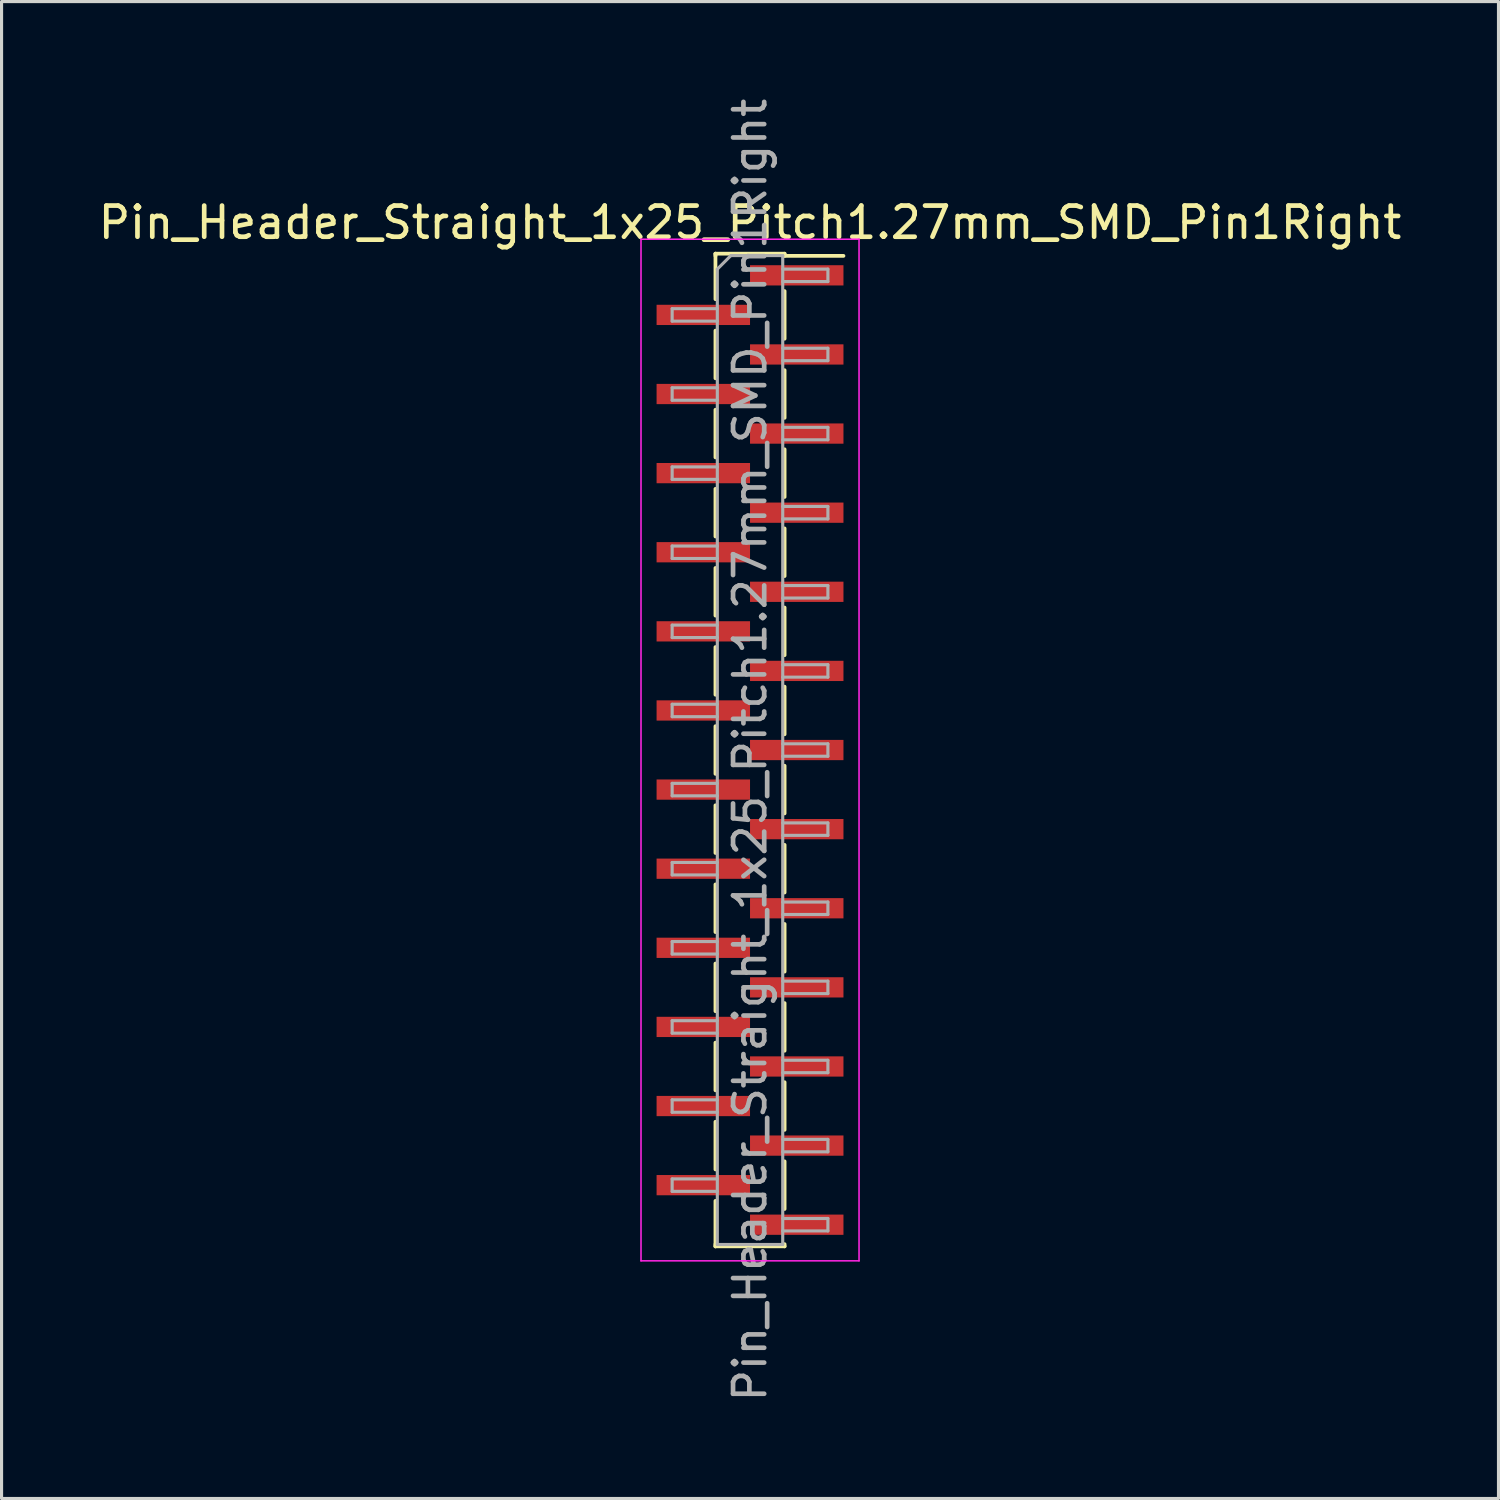
<source format=kicad_pcb>
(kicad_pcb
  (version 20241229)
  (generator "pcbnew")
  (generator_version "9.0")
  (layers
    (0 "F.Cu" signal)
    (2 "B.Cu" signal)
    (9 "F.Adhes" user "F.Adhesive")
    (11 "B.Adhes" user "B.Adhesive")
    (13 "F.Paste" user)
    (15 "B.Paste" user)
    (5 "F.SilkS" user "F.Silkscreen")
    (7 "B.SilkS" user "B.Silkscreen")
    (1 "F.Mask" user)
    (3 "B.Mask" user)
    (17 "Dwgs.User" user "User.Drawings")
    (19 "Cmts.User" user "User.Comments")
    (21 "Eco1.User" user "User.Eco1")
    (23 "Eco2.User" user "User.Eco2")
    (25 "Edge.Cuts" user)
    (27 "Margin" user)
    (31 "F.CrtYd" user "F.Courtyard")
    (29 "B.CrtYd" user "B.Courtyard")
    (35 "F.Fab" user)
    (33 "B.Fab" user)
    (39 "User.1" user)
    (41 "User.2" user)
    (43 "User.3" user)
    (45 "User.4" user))
  (footprint "Pin_Header_Straight_1x25_Pitch1.27mm_SMD_Pin1Right"
    (layer "F.Cu")
    (at 21.03 21.03)
    (property "Reference" "Pin_Header_Straight_1x25_Pitch1.27mm_SMD_Pin1Right" (at 0 -16.935 0) (layer "F.SilkS") (effects (font (size 1 1) (thickness 0.15))))
    (attr smd)
    (fp_line (start -1.11 -15.935) (end -1.11 -14.475) (stroke (width 0.12) (type solid)) (layer "F.SilkS"))
    (fp_line (start -1.11 -15.935) (end 1.11 -15.935) (stroke (width 0.12) (type solid)) (layer "F.SilkS"))
    (fp_line (start -1.11 -15.865) (end -1.11 -15.935) (stroke (width 0.12) (type solid)) (layer "F.SilkS"))
    (fp_line (start -1.11 -13.465) (end -1.11 -11.935) (stroke (width 0.12) (type solid)) (layer "F.SilkS"))
    (fp_line (start -1.11 -10.925) (end -1.11 -9.395) (stroke (width 0.12) (type solid)) (layer "F.SilkS"))
    (fp_line (start -1.11 -8.385) (end -1.11 -6.855) (stroke (width 0.12) (type solid)) (layer "F.SilkS"))
    (fp_line (start -1.11 -5.845) (end -1.11 -4.315) (stroke (width 0.12) (type solid)) (layer "F.SilkS"))
    (fp_line (start -1.11 -3.305) (end -1.11 -1.775) (stroke (width 0.12) (type solid)) (layer "F.SilkS"))
    (fp_line (start -1.11 -0.765) (end -1.11 0.765) (stroke (width 0.12) (type solid)) (layer "F.SilkS"))
    (fp_line (start -1.11 1.775) (end -1.11 3.305) (stroke (width 0.12) (type solid)) (layer "F.SilkS"))
    (fp_line (start -1.11 4.315) (end -1.11 5.845) (stroke (width 0.12) (type solid)) (layer "F.SilkS"))
    (fp_line (start -1.11 6.855) (end -1.11 8.385) (stroke (width 0.12) (type solid)) (layer "F.SilkS"))
    (fp_line (start -1.11 9.395) (end -1.11 10.925) (stroke (width 0.12) (type solid)) (layer "F.SilkS"))
    (fp_line (start -1.11 11.935) (end -1.11 13.465) (stroke (width 0.12) (type solid)) (layer "F.SilkS"))
    (fp_line (start -1.11 14.475) (end -1.11 15.935) (stroke (width 0.12) (type solid)) (layer "F.SilkS"))
    (fp_line (start -1.11 15.865) (end -1.11 15.935) (stroke (width 0.12) (type solid)) (layer "F.SilkS"))
    (fp_line (start -1.11 15.935) (end 1.11 15.935) (stroke (width 0.12) (type solid)) (layer "F.SilkS"))
    (fp_line (start 1.11 -15.935) (end 1.11 -15.865) (stroke (width 0.12) (type solid)) (layer "F.SilkS"))
    (fp_line (start 1.11 -15.865) (end 3 -15.865) (stroke (width 0.12) (type solid)) (layer "F.SilkS"))
    (fp_line (start 1.11 -14.735) (end 1.11 -13.205) (stroke (width 0.12) (type solid)) (layer "F.SilkS"))
    (fp_line (start 1.11 -12.195) (end 1.11 -10.665) (stroke (width 0.12) (type solid)) (layer "F.SilkS"))
    (fp_line (start 1.11 -9.655) (end 1.11 -8.125) (stroke (width 0.12) (type solid)) (layer "F.SilkS"))
    (fp_line (start 1.11 -7.115) (end 1.11 -5.585) (stroke (width 0.12) (type solid)) (layer "F.SilkS"))
    (fp_line (start 1.11 -4.575) (end 1.11 -3.045) (stroke (width 0.12) (type solid)) (layer "F.SilkS"))
    (fp_line (start 1.11 -2.035) (end 1.11 -0.505) (stroke (width 0.12) (type solid)) (layer "F.SilkS"))
    (fp_line (start 1.11 0.505) (end 1.11 2.035) (stroke (width 0.12) (type solid)) (layer "F.SilkS"))
    (fp_line (start 1.11 3.045) (end 1.11 4.575) (stroke (width 0.12) (type solid)) (layer "F.SilkS"))
    (fp_line (start 1.11 5.585) (end 1.11 7.115) (stroke (width 0.12) (type solid)) (layer "F.SilkS"))
    (fp_line (start 1.11 8.125) (end 1.11 9.655) (stroke (width 0.12) (type solid)) (layer "F.SilkS"))
    (fp_line (start 1.11 10.665) (end 1.11 12.195) (stroke (width 0.12) (type solid)) (layer "F.SilkS"))
    (fp_line (start 1.11 13.205) (end 1.11 14.735) (stroke (width 0.12) (type solid)) (layer "F.SilkS"))
    (fp_line (start 1.11 15.935) (end 1.11 15.865) (stroke (width 0.12) (type solid)) (layer "F.SilkS"))
    (fp_line (start -3.5 -16.4) (end -3.5 16.4) (stroke (width 0.05) (type solid)) (layer "F.CrtYd"))
    (fp_line (start -3.5 16.4) (end 3.5 16.4) (stroke (width 0.05) (type solid)) (layer "F.CrtYd"))
    (fp_line (start 3.5 -16.4) (end -3.5 -16.4) (stroke (width 0.05) (type solid)) (layer "F.CrtYd"))
    (fp_line (start 3.5 16.4) (end 3.5 -16.4) (stroke (width 0.05) (type solid)) (layer "F.CrtYd"))
    (fp_line (start -2.5 -14.17) (end -2.5 -13.77) (stroke (width 0.1) (type solid)) (layer "F.Fab"))
    (fp_line (start -2.5 -13.77) (end -1.05 -13.77) (stroke (width 0.1) (type solid)) (layer "F.Fab"))
    (fp_line (start -2.5 -11.63) (end -2.5 -11.23) (stroke (width 0.1) (type solid)) (layer "F.Fab"))
    (fp_line (start -2.5 -11.23) (end -1.05 -11.23) (stroke (width 0.1) (type solid)) (layer "F.Fab"))
    (fp_line (start -2.5 -9.09) (end -2.5 -8.69) (stroke (width 0.1) (type solid)) (layer "F.Fab"))
    (fp_line (start -2.5 -8.69) (end -1.05 -8.69) (stroke (width 0.1) (type solid)) (layer "F.Fab"))
    (fp_line (start -2.5 -6.55) (end -2.5 -6.15) (stroke (width 0.1) (type solid)) (layer "F.Fab"))
    (fp_line (start -2.5 -6.15) (end -1.05 -6.15) (stroke (width 0.1) (type solid)) (layer "F.Fab"))
    (fp_line (start -2.5 -4.01) (end -2.5 -3.61) (stroke (width 0.1) (type solid)) (layer "F.Fab"))
    (fp_line (start -2.5 -3.61) (end -1.05 -3.61) (stroke (width 0.1) (type solid)) (layer "F.Fab"))
    (fp_line (start -2.5 -1.47) (end -2.5 -1.07) (stroke (width 0.1) (type solid)) (layer "F.Fab"))
    (fp_line (start -2.5 -1.07) (end -1.05 -1.07) (stroke (width 0.1) (type solid)) (layer "F.Fab"))
    (fp_line (start -2.5 1.07) (end -2.5 1.47) (stroke (width 0.1) (type solid)) (layer "F.Fab"))
    (fp_line (start -2.5 1.47) (end -1.05 1.47) (stroke (width 0.1) (type solid)) (layer "F.Fab"))
    (fp_line (start -2.5 3.61) (end -2.5 4.01) (stroke (width 0.1) (type solid)) (layer "F.Fab"))
    (fp_line (start -2.5 4.01) (end -1.05 4.01) (stroke (width 0.1) (type solid)) (layer "F.Fab"))
    (fp_line (start -2.5 6.15) (end -2.5 6.55) (stroke (width 0.1) (type solid)) (layer "F.Fab"))
    (fp_line (start -2.5 6.55) (end -1.05 6.55) (stroke (width 0.1) (type solid)) (layer "F.Fab"))
    (fp_line (start -2.5 8.69) (end -2.5 9.09) (stroke (width 0.1) (type solid)) (layer "F.Fab"))
    (fp_line (start -2.5 9.09) (end -1.05 9.09) (stroke (width 0.1) (type solid)) (layer "F.Fab"))
    (fp_line (start -2.5 11.23) (end -2.5 11.63) (stroke (width 0.1) (type solid)) (layer "F.Fab"))
    (fp_line (start -2.5 11.63) (end -1.05 11.63) (stroke (width 0.1) (type solid)) (layer "F.Fab"))
    (fp_line (start -2.5 13.77) (end -2.5 14.17) (stroke (width 0.1) (type solid)) (layer "F.Fab"))
    (fp_line (start -2.5 14.17) (end -1.05 14.17) (stroke (width 0.1) (type solid)) (layer "F.Fab"))
    (fp_line (start -1.05 -15.44) (end -0.615 -15.875) (stroke (width 0.1) (type solid)) (layer "F.Fab"))
    (fp_line (start -1.05 -14.17) (end -2.5 -14.17) (stroke (width 0.1) (type solid)) (layer "F.Fab"))
    (fp_line (start -1.05 -11.63) (end -2.5 -11.63) (stroke (width 0.1) (type solid)) (layer "F.Fab"))
    (fp_line (start -1.05 -9.09) (end -2.5 -9.09) (stroke (width 0.1) (type solid)) (layer "F.Fab"))
    (fp_line (start -1.05 -6.55) (end -2.5 -6.55) (stroke (width 0.1) (type solid)) (layer "F.Fab"))
    (fp_line (start -1.05 -4.01) (end -2.5 -4.01) (stroke (width 0.1) (type solid)) (layer "F.Fab"))
    (fp_line (start -1.05 -1.47) (end -2.5 -1.47) (stroke (width 0.1) (type solid)) (layer "F.Fab"))
    (fp_line (start -1.05 1.07) (end -2.5 1.07) (stroke (width 0.1) (type solid)) (layer "F.Fab"))
    (fp_line (start -1.05 3.61) (end -2.5 3.61) (stroke (width 0.1) (type solid)) (layer "F.Fab"))
    (fp_line (start -1.05 6.15) (end -2.5 6.15) (stroke (width 0.1) (type solid)) (layer "F.Fab"))
    (fp_line (start -1.05 8.69) (end -2.5 8.69) (stroke (width 0.1) (type solid)) (layer "F.Fab"))
    (fp_line (start -1.05 11.23) (end -2.5 11.23) (stroke (width 0.1) (type solid)) (layer "F.Fab"))
    (fp_line (start -1.05 13.77) (end -2.5 13.77) (stroke (width 0.1) (type solid)) (layer "F.Fab"))
    (fp_line (start -1.05 15.875) (end -1.05 -15.44) (stroke (width 0.1) (type solid)) (layer "F.Fab"))
    (fp_line (start -0.615 -15.875) (end 1.05 -15.875) (stroke (width 0.1) (type solid)) (layer "F.Fab"))
    (fp_line (start 1.05 -15.875) (end 1.05 15.875) (stroke (width 0.1) (type solid)) (layer "F.Fab"))
    (fp_line (start 1.05 -15.44) (end 2.5 -15.44) (stroke (width 0.1) (type solid)) (layer "F.Fab"))
    (fp_line (start 1.05 -12.9) (end 2.5 -12.9) (stroke (width 0.1) (type solid)) (layer "F.Fab"))
    (fp_line (start 1.05 -10.36) (end 2.5 -10.36) (stroke (width 0.1) (type solid)) (layer "F.Fab"))
    (fp_line (start 1.05 -7.82) (end 2.5 -7.82) (stroke (width 0.1) (type solid)) (layer "F.Fab"))
    (fp_line (start 1.05 -5.28) (end 2.5 -5.28) (stroke (width 0.1) (type solid)) (layer "F.Fab"))
    (fp_line (start 1.05 -2.74) (end 2.5 -2.74) (stroke (width 0.1) (type solid)) (layer "F.Fab"))
    (fp_line (start 1.05 -0.2) (end 2.5 -0.2) (stroke (width 0.1) (type solid)) (layer "F.Fab"))
    (fp_line (start 1.05 2.34) (end 2.5 2.34) (stroke (width 0.1) (type solid)) (layer "F.Fab"))
    (fp_line (start 1.05 4.88) (end 2.5 4.88) (stroke (width 0.1) (type solid)) (layer "F.Fab"))
    (fp_line (start 1.05 7.42) (end 2.5 7.42) (stroke (width 0.1) (type solid)) (layer "F.Fab"))
    (fp_line (start 1.05 9.96) (end 2.5 9.96) (stroke (width 0.1) (type solid)) (layer "F.Fab"))
    (fp_line (start 1.05 12.5) (end 2.5 12.5) (stroke (width 0.1) (type solid)) (layer "F.Fab"))
    (fp_line (start 1.05 15.04) (end 2.5 15.04) (stroke (width 0.1) (type solid)) (layer "F.Fab"))
    (fp_line (start 1.05 15.875) (end -1.05 15.875) (stroke (width 0.1) (type solid)) (layer "F.Fab"))
    (fp_line (start 2.5 -15.44) (end 2.5 -15.04) (stroke (width 0.1) (type solid)) (layer "F.Fab"))
    (fp_line (start 2.5 -15.04) (end 1.05 -15.04) (stroke (width 0.1) (type solid)) (layer "F.Fab"))
    (fp_line (start 2.5 -12.9) (end 2.5 -12.5) (stroke (width 0.1) (type solid)) (layer "F.Fab"))
    (fp_line (start 2.5 -12.5) (end 1.05 -12.5) (stroke (width 0.1) (type solid)) (layer "F.Fab"))
    (fp_line (start 2.5 -10.36) (end 2.5 -9.96) (stroke (width 0.1) (type solid)) (layer "F.Fab"))
    (fp_line (start 2.5 -9.96) (end 1.05 -9.96) (stroke (width 0.1) (type solid)) (layer "F.Fab"))
    (fp_line (start 2.5 -7.82) (end 2.5 -7.42) (stroke (width 0.1) (type solid)) (layer "F.Fab"))
    (fp_line (start 2.5 -7.42) (end 1.05 -7.42) (stroke (width 0.1) (type solid)) (layer "F.Fab"))
    (fp_line (start 2.5 -5.28) (end 2.5 -4.88) (stroke (width 0.1) (type solid)) (layer "F.Fab"))
    (fp_line (start 2.5 -4.88) (end 1.05 -4.88) (stroke (width 0.1) (type solid)) (layer "F.Fab"))
    (fp_line (start 2.5 -2.74) (end 2.5 -2.34) (stroke (width 0.1) (type solid)) (layer "F.Fab"))
    (fp_line (start 2.5 -2.34) (end 1.05 -2.34) (stroke (width 0.1) (type solid)) (layer "F.Fab"))
    (fp_line (start 2.5 -0.2) (end 2.5 0.2) (stroke (width 0.1) (type solid)) (layer "F.Fab"))
    (fp_line (start 2.5 0.2) (end 1.05 0.2) (stroke (width 0.1) (type solid)) (layer "F.Fab"))
    (fp_line (start 2.5 2.34) (end 2.5 2.74) (stroke (width 0.1) (type solid)) (layer "F.Fab"))
    (fp_line (start 2.5 2.74) (end 1.05 2.74) (stroke (width 0.1) (type solid)) (layer "F.Fab"))
    (fp_line (start 2.5 4.88) (end 2.5 5.28) (stroke (width 0.1) (type solid)) (layer "F.Fab"))
    (fp_line (start 2.5 5.28) (end 1.05 5.28) (stroke (width 0.1) (type solid)) (layer "F.Fab"))
    (fp_line (start 2.5 7.42) (end 2.5 7.82) (stroke (width 0.1) (type solid)) (layer "F.Fab"))
    (fp_line (start 2.5 7.82) (end 1.05 7.82) (stroke (width 0.1) (type solid)) (layer "F.Fab"))
    (fp_line (start 2.5 9.96) (end 2.5 10.36) (stroke (width 0.1) (type solid)) (layer "F.Fab"))
    (fp_line (start 2.5 10.36) (end 1.05 10.36) (stroke (width 0.1) (type solid)) (layer "F.Fab"))
    (fp_line (start 2.5 12.5) (end 2.5 12.9) (stroke (width 0.1) (type solid)) (layer "F.Fab"))
    (fp_line (start 2.5 12.9) (end 1.05 12.9) (stroke (width 0.1) (type solid)) (layer "F.Fab"))
    (fp_line (start 2.5 15.04) (end 2.5 15.44) (stroke (width 0.1) (type solid)) (layer "F.Fab"))
    (fp_line (start 2.5 15.44) (end 1.05 15.44) (stroke (width 0.1) (type solid)) (layer "F.Fab"))
    (fp_text user "${REFERENCE}" (at 0 0 90) (layer "F.Fab") (effects (font (size 1 1) (thickness 0.15))))
    (pad "1" smd rect (at 1.5 -15.24) (size 3 0.65) (layers "F.Cu" "F.Mask" "F.Paste"))
    (pad "2" smd rect (at -1.5 -13.97) (size 3 0.65) (layers "F.Cu" "F.Mask" "F.Paste"))
    (pad "3" smd rect (at 1.5 -12.7) (size 3 0.65) (layers "F.Cu" "F.Mask" "F.Paste"))
    (pad "4" smd rect (at -1.5 -11.43) (size 3 0.65) (layers "F.Cu" "F.Mask" "F.Paste"))
    (pad "5" smd rect (at 1.5 -10.16) (size 3 0.65) (layers "F.Cu" "F.Mask" "F.Paste"))
    (pad "6" smd rect (at -1.5 -8.89) (size 3 0.65) (layers "F.Cu" "F.Mask" "F.Paste"))
    (pad "7" smd rect (at 1.5 -7.62) (size 3 0.65) (layers "F.Cu" "F.Mask" "F.Paste"))
    (pad "8" smd rect (at -1.5 -6.35) (size 3 0.65) (layers "F.Cu" "F.Mask" "F.Paste"))
    (pad "9" smd rect (at 1.5 -5.08) (size 3 0.65) (layers "F.Cu" "F.Mask" "F.Paste"))
    (pad "10" smd rect (at -1.5 -3.81) (size 3 0.65) (layers "F.Cu" "F.Mask" "F.Paste"))
    (pad "11" smd rect (at 1.5 -2.54) (size 3 0.65) (layers "F.Cu" "F.Mask" "F.Paste"))
    (pad "12" smd rect (at -1.5 -1.27) (size 3 0.65) (layers "F.Cu" "F.Mask" "F.Paste"))
    (pad "13" smd rect (at 1.5 0) (size 3 0.65) (layers "F.Cu" "F.Mask" "F.Paste"))
    (pad "14" smd rect (at -1.5 1.27) (size 3 0.65) (layers "F.Cu" "F.Mask" "F.Paste"))
    (pad "15" smd rect (at 1.5 2.54) (size 3 0.65) (layers "F.Cu" "F.Mask" "F.Paste"))
    (pad "16" smd rect (at -1.5 3.81) (size 3 0.65) (layers "F.Cu" "F.Mask" "F.Paste"))
    (pad "17" smd rect (at 1.5 5.08) (size 3 0.65) (layers "F.Cu" "F.Mask" "F.Paste"))
    (pad "18" smd rect (at -1.5 6.35) (size 3 0.65) (layers "F.Cu" "F.Mask" "F.Paste"))
    (pad "19" smd rect (at 1.5 7.62) (size 3 0.65) (layers "F.Cu" "F.Mask" "F.Paste"))
    (pad "20" smd rect (at -1.5 8.89) (size 3 0.65) (layers "F.Cu" "F.Mask" "F.Paste"))
    (pad "21" smd rect (at 1.5 10.16) (size 3 0.65) (layers "F.Cu" "F.Mask" "F.Paste"))
    (pad "22" smd rect (at -1.5 11.43) (size 3 0.65) (layers "F.Cu" "F.Mask" "F.Paste"))
    (pad "23" smd rect (at 1.5 12.7) (size 3 0.65) (layers "F.Cu" "F.Mask" "F.Paste"))
    (pad "24" smd rect (at -1.5 13.97) (size 3 0.65) (layers "F.Cu" "F.Mask" "F.Paste"))
    (pad "25" smd rect (at 1.5 15.24) (size 3 0.65) (layers "F.Cu" "F.Mask" "F.Paste")))
  (gr_rect
    (start -3 -3)
    (end 45.06 45.06)
    (stroke (width 0.1) (type default))
    (fill no)
    (layer "Edge.Cuts")))
</source>
